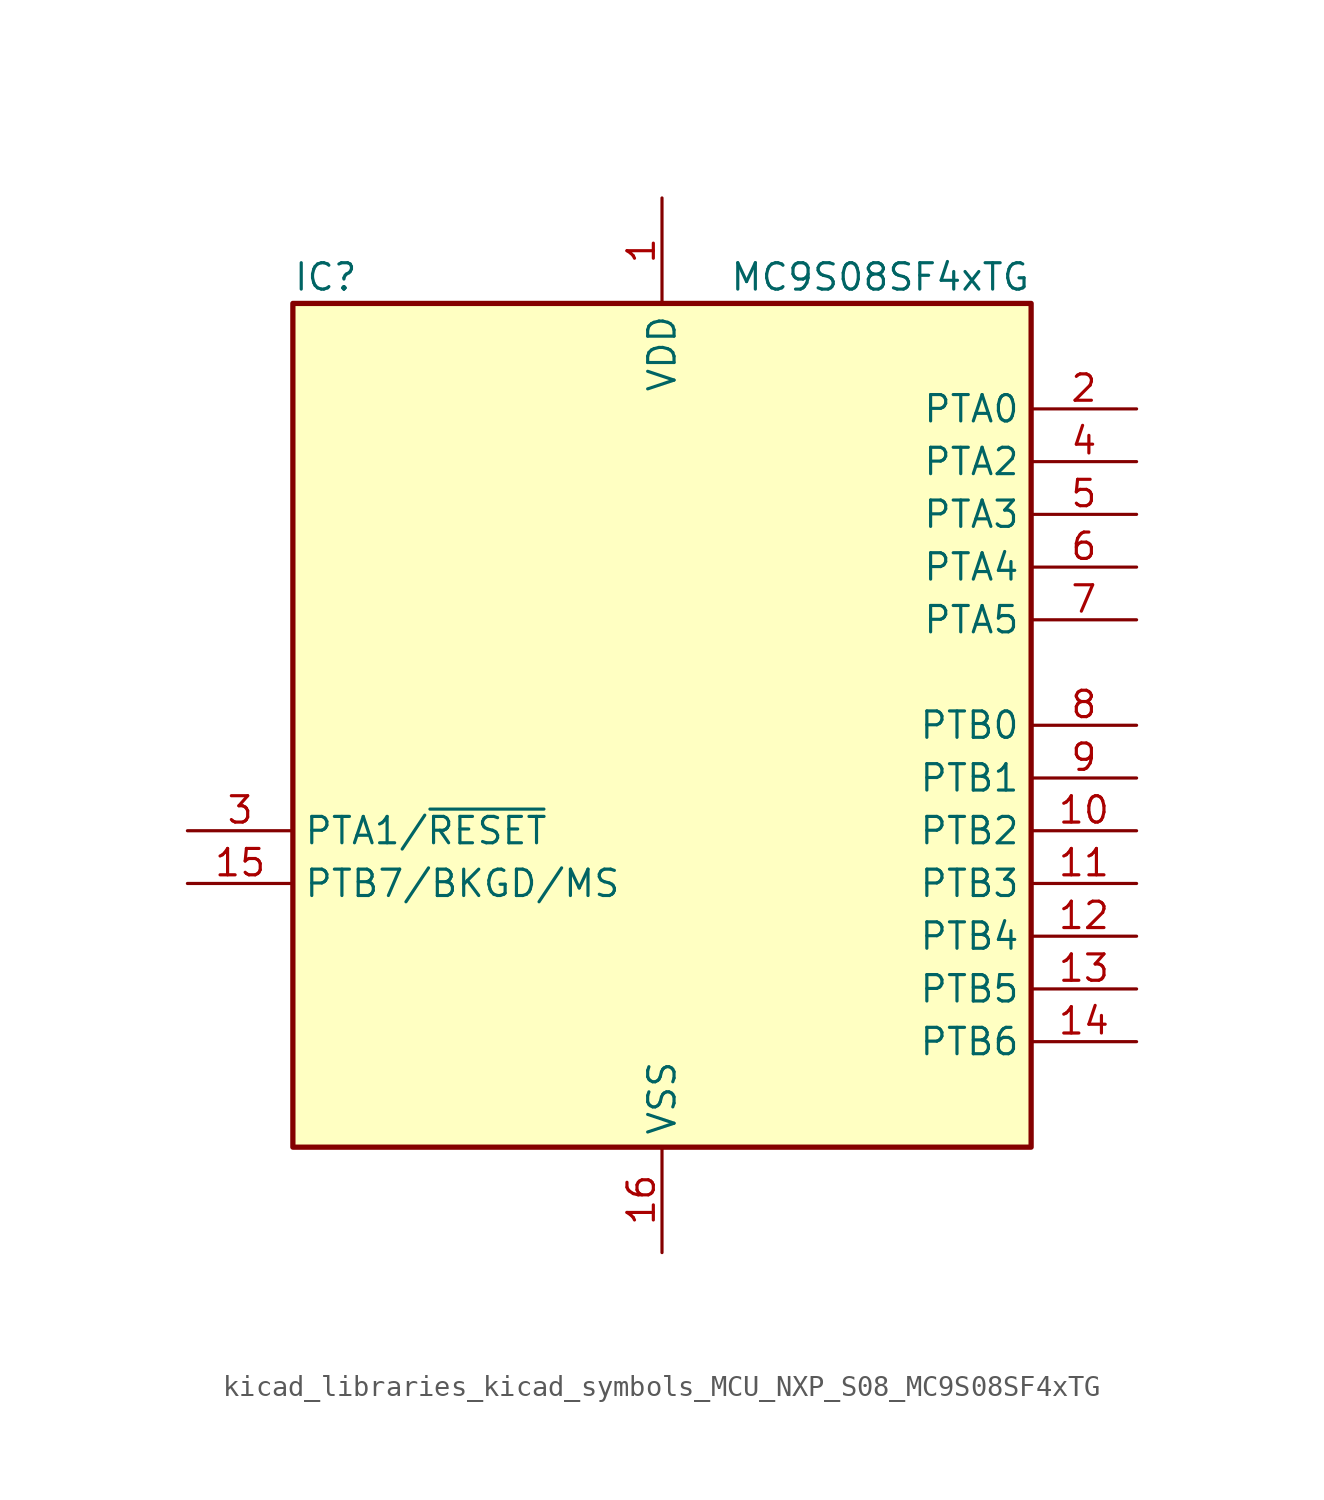
<source format=kicad_sym>
(kicad_symbol_lib
  (version 20220914)
  (generator kicad_symbol_editor)
  (symbol "kicad_libraries_kicad_symbols_MCU_NXP_S08_MC9S08SF4xTG"
    (property "Reference" "IC"
      (at -17.78 21.59 0)
      (effects (font (size 1.27 1.27)) (justify left)))
    (property "Value" "MC9S08SF4xTG"
      (at 17.78 21.59 0)
      (effects (font (size 1.27 1.27)) (justify right)))
    (symbol "kicad_libraries_kicad_symbols_MCU_NXP_S08_MC9S08SF4xTG_0_1"
      (rectangle (start -17.78 20.32) (end 17.78 -20.32) (stroke (width 0.254) (type default)) (fill (type background))))
    (symbol "kicad_libraries_kicad_symbols_MCU_NXP_S08_MC9S08SF4xTG_1_1"
      (pin power_in line (at 0 25.4 270) (length 5.08) (name "VDD" (effects (font (size 1.27 1.27)))) (number "1" (effects (font (size 1.27 1.27)))))
      (pin bidirectional line (at 22.86 -5.08 180) (length 5.08) (name "PTB2" (effects (font (size 1.27 1.27)))) (number "10" (effects (font (size 1.27 1.27)))))
      (pin bidirectional line (at 22.86 -7.62 180) (length 5.08) (name "PTB3" (effects (font (size 1.27 1.27)))) (number "11" (effects (font (size 1.27 1.27)))))
      (pin bidirectional line (at 22.86 -10.16 180) (length 5.08) (name "PTB4" (effects (font (size 1.27 1.27)))) (number "12" (effects (font (size 1.27 1.27)))))
      (pin bidirectional line (at 22.86 -12.7 180) (length 5.08) (name "PTB5" (effects (font (size 1.27 1.27)))) (number "13" (effects (font (size 1.27 1.27)))))
      (pin bidirectional line (at 22.86 -15.24 180) (length 5.08) (name "PTB6" (effects (font (size 1.27 1.27)))) (number "14" (effects (font (size 1.27 1.27)))))
      (pin bidirectional line (at -22.86 -7.62 0) (length 5.08) (name "PTB7/BKGD/MS" (effects (font (size 1.27 1.27)))) (number "15" (effects (font (size 1.27 1.27)))))
      (pin power_in line (at 0 -25.4 90) (length 5.08) (name "VSS" (effects (font (size 1.27 1.27)))) (number "16" (effects (font (size 1.27 1.27)))))
      (pin bidirectional line (at 22.86 15.24 180) (length 5.08) (name "PTA0" (effects (font (size 1.27 1.27)))) (number "2" (effects (font (size 1.27 1.27)))))
      (pin bidirectional line (at -22.86 -5.08 0) (length 5.08) (name "PTA1/~{RESET}" (effects (font (size 1.27 1.27)))) (number "3" (effects (font (size 1.27 1.27)))))
      (pin bidirectional line (at 22.86 12.7 180) (length 5.08) (name "PTA2" (effects (font (size 1.27 1.27)))) (number "4" (effects (font (size 1.27 1.27)))))
      (pin bidirectional line (at 22.86 10.16 180) (length 5.08) (name "PTA3" (effects (font (size 1.27 1.27)))) (number "5" (effects (font (size 1.27 1.27)))))
      (pin bidirectional line (at 22.86 7.62 180) (length 5.08) (name "PTA4" (effects (font (size 1.27 1.27)))) (number "6" (effects (font (size 1.27 1.27)))))
      (pin bidirectional line (at 22.86 5.08 180) (length 5.08) (name "PTA5" (effects (font (size 1.27 1.27)))) (number "7" (effects (font (size 1.27 1.27)))))
      (pin bidirectional line (at 22.86 0 180) (length 5.08) (name "PTB0" (effects (font (size 1.27 1.27)))) (number "8" (effects (font (size 1.27 1.27)))))
      (pin bidirectional line (at 22.86 -2.54 180) (length 5.08) (name "PTB1" (effects (font (size 1.27 1.27)))) (number "9" (effects (font (size 1.27 1.27))))))))
</source>
